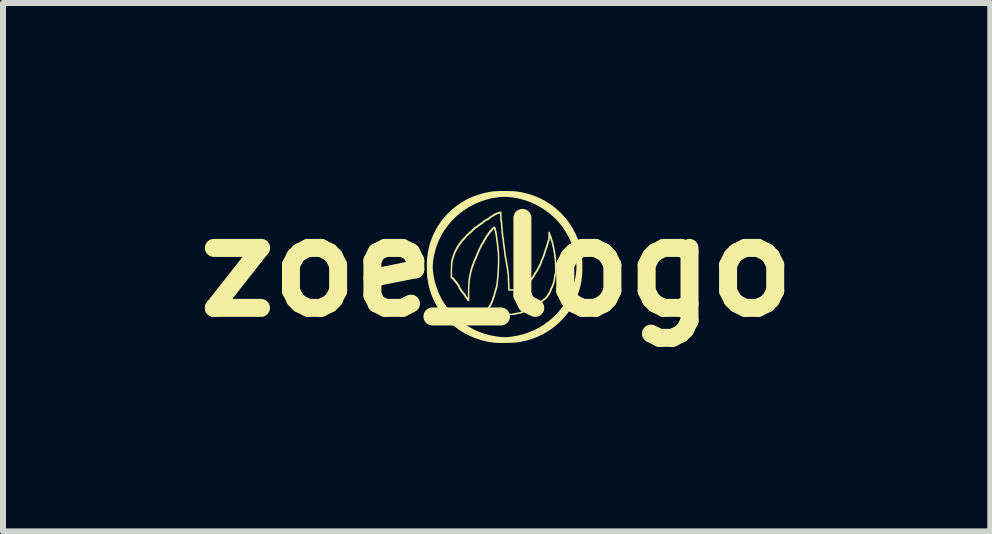
<source format=kicad_pcb>
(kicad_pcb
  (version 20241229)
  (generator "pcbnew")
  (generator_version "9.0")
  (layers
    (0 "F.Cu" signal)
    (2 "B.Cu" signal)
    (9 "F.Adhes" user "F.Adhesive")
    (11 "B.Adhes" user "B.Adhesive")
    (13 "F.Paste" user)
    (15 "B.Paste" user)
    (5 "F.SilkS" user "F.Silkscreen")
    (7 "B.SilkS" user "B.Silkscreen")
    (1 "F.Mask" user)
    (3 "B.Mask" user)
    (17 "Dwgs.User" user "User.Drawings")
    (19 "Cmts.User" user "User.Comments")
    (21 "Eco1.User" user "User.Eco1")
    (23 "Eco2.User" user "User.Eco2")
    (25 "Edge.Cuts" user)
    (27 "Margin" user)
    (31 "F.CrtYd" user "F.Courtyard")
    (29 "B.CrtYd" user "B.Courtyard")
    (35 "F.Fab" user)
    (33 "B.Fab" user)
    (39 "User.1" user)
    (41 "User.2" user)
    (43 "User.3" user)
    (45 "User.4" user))
  (footprint "zoe_logo"
    (layer "F.Cu")
    (at 5.229 1.404)
    (property "Reference" "zoe_logo" (at 0 0 0) (layer "F.SilkS") (effects (font (size 1.5 1.5) (thickness 0.3))))
    (attr board_only exclude_from_pos_files exclude_from_bom)
    (fp_poly (pts (xy 0.181 -1.27) (xy 0.221 -1.269) (xy 0.258 -1.268) (xy 0.291 -1.267) (xy 0.318 -1.264) (xy 0.333 -1.263) (xy 0.436 -1.245) (xy 0.535 -1.22) (xy 0.63 -1.189) (xy 0.722 -1.15) (xy 0.809 -1.104) (xy 0.893 -1.052) (xy 0.972 -0.992) (xy 1.048 -0.926) (xy 1.086 -0.888) (xy 1.152 -0.814) (xy 1.212 -0.736) (xy 1.264 -0.654) (xy 1.309 -0.569) (xy 1.348 -0.48) (xy 1.379 -0.387) (xy 1.402 -0.292) (xy 1.419 -0.194) (xy 1.424 -0.146) (xy 1.425 -0.124) (xy 1.427 -0.095) (xy 1.427 -0.063) (xy 1.428 -0.027) (xy 1.428 0.01) (xy 1.428 0.046) (xy 1.427 0.08) (xy 1.426 0.11) (xy 1.424 0.133) (xy 1.424 0.138) (xy 1.411 0.238) (xy 1.391 0.335) (xy 1.363 0.429) (xy 1.328 0.519) (xy 1.286 0.606) (xy 1.237 0.69) (xy 1.181 0.77) (xy 1.118 0.845) (xy 1.086 0.88) (xy 1.013 0.95) (xy 0.935 1.013) (xy 0.854 1.069) (xy 0.768 1.119) (xy 0.679 1.161) (xy 0.585 1.197) (xy 0.489 1.225) (xy 0.388 1.246) (xy 0.336 1.254) (xy 0.321 1.256) (xy 0.3 1.257) (xy 0.274 1.259) (xy 0.243 1.26) (xy 0.209 1.261) (xy 0.174 1.262) (xy 0.139 1.262) (xy 0.105 1.263) (xy 0.073 1.263) (xy 0.044 1.263) (xy 0.021 1.262) (xy 0.004 1.262) (xy 0 1.261) (xy -0.039 1.258) (xy -0.079 1.253) (xy -0.119 1.247) (xy -0.155 1.241) (xy -0.17 1.238) (xy -0.266 1.214) (xy -0.359 1.183) (xy -0.45 1.145) (xy -0.537 1.101) (xy -0.62 1.049) (xy -0.699 0.992) (xy -0.773 0.928) (xy -0.842 0.859) (xy -0.905 0.784) (xy -0.963 0.705) (xy -0.999 0.647) (xy -1.045 0.561) (xy -1.083 0.473) (xy -1.114 0.381) (xy -1.138 0.285) (xy -1.155 0.187) (xy -1.16 0.138) (xy -1.161 0.116) (xy -1.163 0.087) (xy -1.163 0.055) (xy -1.164 0.019) (xy -1.164 0.004) (xy -1.066 0.004) (xy -1.064 0.045) (xy -1.051 0.145) (xy -1.031 0.241) (xy -1.003 0.335) (xy -0.969 0.425) (xy -0.927 0.512) (xy -0.879 0.595) (xy -0.824 0.674) (xy -0.763 0.749) (xy -0.695 0.819) (xy -0.622 0.884) (xy -0.542 0.944) (xy -0.473 0.988) (xy -0.39 1.034) (xy -0.303 1.074) (xy -0.213 1.106) (xy -0.12 1.132) (xy -0.022 1.151) (xy 0.081 1.164) (xy 0.092 1.165) (xy 0.11 1.166) (xy 0.134 1.166) (xy 0.163 1.165) (xy 0.193 1.163) (xy 0.224 1.16) (xy 0.243 1.158) (xy 0.34 1.142) (xy 0.436 1.119) (xy 0.528 1.089) (xy 0.618 1.052) (xy 0.704 1.008) (xy 0.786 0.957) (xy 0.864 0.901) (xy 0.938 0.839) (xy 1.006 0.771) (xy 1.069 0.697) (xy 1.127 0.619) (xy 1.178 0.536) (xy 1.206 0.483) (xy 1.234 0.424) (xy 1.258 0.362) (xy 1.279 0.298) (xy 1.297 0.233) (xy 1.312 0.168) (xy 1.322 0.105) (xy 1.328 0.044) (xy 1.33 -0.012) (xy 1.328 -0.053) (xy 1.315 -0.153) (xy 1.295 -0.249) (xy 1.267 -0.343) (xy 1.233 -0.433) (xy 1.191 -0.52) (xy 1.143 -0.603) (xy 1.088 -0.682) (xy 1.027 -0.757) (xy 0.959 -0.827) (xy 0.886 -0.892) (xy 0.806 -0.952) (xy 0.737 -0.996) (xy 0.664 -1.037) (xy 0.587 -1.073) (xy 0.507 -1.104) (xy 0.426 -1.129) (xy 0.345 -1.149) (xy 0.264 -1.163) (xy 0.184 -1.171) (xy 0.107 -1.173) (xy 0.033 -1.168) (xy 0.023 -1.166) (xy -0.077 -1.15) (xy -0.174 -1.126) (xy -0.268 -1.095) (xy -0.358 -1.057) (xy -0.444 -1.013) (xy -0.527 -0.962) (xy -0.605 -0.905) (xy -0.678 -0.843) (xy -0.747 -0.774) (xy -0.809 -0.701) (xy -0.867 -0.622) (xy -0.918 -0.538) (xy -0.942 -0.491) (xy -0.97 -0.432) (xy -0.994 -0.37) (xy -1.015 -0.306) (xy -1.033 -0.241) (xy -1.048 -0.176) (xy -1.058 -0.113) (xy -1.064 -0.052) (xy -1.066 0.004) (xy -1.164 0.004) (xy -1.164 -0.018) (xy -1.164 -0.054) (xy -1.163 -0.088) (xy -1.162 -0.118) (xy -1.16 -0.141) (xy -1.16 -0.146) (xy -1.147 -0.246) (xy -1.127 -0.343) (xy -1.099 -0.437) (xy -1.064 -0.527) (xy -1.022 -0.614) (xy -0.973 -0.698) (xy -0.917 -0.778) (xy -0.854 -0.853) (xy -0.822 -0.888) (xy -0.749 -0.958) (xy -0.671 -1.021) (xy -0.59 -1.077) (xy -0.504 -1.127) (xy -0.415 -1.169) (xy -0.322 -1.204) (xy -0.225 -1.233) (xy -0.124 -1.254) (xy -0.069 -1.263) (xy -0.046 -1.265) (xy -0.017 -1.267) (xy 0.017 -1.269) (xy 0.056 -1.27) (xy 0.097 -1.27) (xy 0.139 -1.27)) (stroke (width 0) (type solid)) (fill yes) (layer "F.SilkS"))
    (fp_poly (pts (xy 0.081 -0.863) (xy 0.082 -0.84) (xy 0.083 -0.819) (xy 0.085 -0.802) (xy 0.087 -0.79) (xy 0.088 -0.786) (xy 0.089 -0.778) (xy 0.091 -0.763) (xy 0.093 -0.745) (xy 0.095 -0.723) (xy 0.096 -0.712) (xy 0.099 -0.667) (xy 0.102 -0.625) (xy 0.106 -0.587) (xy 0.109 -0.554) (xy 0.112 -0.526) (xy 0.115 -0.505) (xy 0.118 -0.494) (xy 0.121 -0.476) (xy 0.124 -0.458) (xy 0.124 -0.448) (xy 0.125 -0.436) (xy 0.127 -0.419) (xy 0.129 -0.397) (xy 0.133 -0.374) (xy 0.134 -0.362) (xy 0.138 -0.336) (xy 0.142 -0.307) (xy 0.145 -0.28) (xy 0.148 -0.257) (xy 0.148 -0.252) (xy 0.15 -0.228) (xy 0.154 -0.203) (xy 0.158 -0.179) (xy 0.16 -0.168) (xy 0.164 -0.148) (xy 0.168 -0.128) (xy 0.171 -0.111) (xy 0.172 -0.106) (xy 0.175 -0.091) (xy 0.178 -0.071) (xy 0.182 -0.051) (xy 0.183 -0.044) (xy 0.187 -0.022) (xy 0.191 0.002) (xy 0.194 0.023) (xy 0.194 0.028) (xy 0.196 0.045) (xy 0.198 0.061) (xy 0.2 0.072) (xy 0.2 0.074) (xy 0.202 0.082) (xy 0.203 0.097) (xy 0.205 0.12) (xy 0.207 0.15) (xy 0.209 0.187) (xy 0.211 0.233) (xy 0.213 0.286) (xy 0.215 0.321) (xy 0.216 0.368) (xy 0.272 0.368) (xy 0.295 0.368) (xy 0.312 0.367) (xy 0.326 0.366) (xy 0.338 0.363) (xy 0.35 0.36) (xy 0.356 0.358) (xy 0.387 0.346) (xy 0.412 0.332) (xy 0.431 0.318) (xy 0.432 0.318) (xy 0.442 0.31) (xy 0.454 0.3) (xy 0.458 0.297) (xy 0.466 0.291) (xy 0.479 0.28) (xy 0.494 0.265) (xy 0.511 0.248) (xy 0.527 0.232) (xy 0.557 0.199) (xy 0.582 0.169) (xy 0.603 0.141) (xy 0.619 0.113) (xy 0.624 0.103) (xy 0.632 0.09) (xy 0.642 0.075) (xy 0.648 0.066) (xy 0.658 0.052) (xy 0.666 0.038) (xy 0.67 0.03) (xy 0.676 0.018) (xy 0.684 0.003) (xy 0.69 -0.009) (xy 0.697 -0.021) (xy 0.705 -0.037) (xy 0.713 -0.054) (xy 0.721 -0.072) (xy 0.727 -0.088) (xy 0.731 -0.099) (xy 0.732 -0.105) (xy 0.734 -0.111) (xy 0.738 -0.122) (xy 0.744 -0.134) (xy 0.751 -0.148) (xy 0.759 -0.166) (xy 0.767 -0.188) (xy 0.776 -0.215) (xy 0.787 -0.248) (xy 0.79 -0.256) (xy 0.796 -0.275) (xy 0.802 -0.294) (xy 0.808 -0.31) (xy 0.817 -0.337) (xy 0.825 -0.362) (xy 0.833 -0.389) (xy 0.84 -0.412) (xy 0.845 -0.429) (xy 0.85 -0.445) (xy 0.854 -0.456) (xy 0.856 -0.46) (xy 0.858 -0.468) (xy 0.86 -0.482) (xy 0.861 -0.503) (xy 0.862 -0.531) (xy 0.862 -0.592) (xy 0.875 -0.592) (xy 0.884 -0.591) (xy 0.887 -0.587) (xy 0.888 -0.58) (xy 0.89 -0.569) (xy 0.894 -0.555) (xy 0.896 -0.551) (xy 0.905 -0.533) (xy 0.913 -0.51) (xy 0.919 -0.488) (xy 0.922 -0.476) (xy 0.926 -0.463) (xy 0.932 -0.449) (xy 0.933 -0.447) (xy 0.938 -0.434) (xy 0.942 -0.418) (xy 0.944 -0.409) (xy 0.947 -0.391) (xy 0.952 -0.372) (xy 0.954 -0.364) (xy 0.958 -0.348) (xy 0.962 -0.328) (xy 0.964 -0.314) (xy 0.966 -0.298) (xy 0.969 -0.284) (xy 0.972 -0.275) (xy 0.975 -0.263) (xy 0.976 -0.249) (xy 0.976 -0.247) (xy 0.977 -0.231) (xy 0.98 -0.215) (xy 0.98 -0.214) (xy 0.984 -0.198) (xy 0.987 -0.178) (xy 0.989 -0.153) (xy 0.991 -0.123) (xy 0.993 -0.086) (xy 0.994 -0.043) (xy 0.995 -0.007) (xy 0.995 0.028) (xy 0.995 0.055) (xy 0.995 0.076) (xy 0.995 0.093) (xy 0.995 0.106) (xy 0.994 0.115) (xy 0.992 0.123) (xy 0.99 0.13) (xy 0.988 0.137) (xy 0.983 0.156) (xy 0.979 0.176) (xy 0.978 0.188) (xy 0.974 0.215) (xy 0.969 0.243) (xy 0.963 0.267) (xy 0.956 0.287) (xy 0.954 0.292) (xy 0.948 0.306) (xy 0.944 0.319) (xy 0.943 0.323) (xy 0.938 0.336) (xy 0.932 0.348) (xy 0.927 0.357) (xy 0.924 0.364) (xy 0.924 0.364) (xy 0.922 0.372) (xy 0.917 0.384) (xy 0.91 0.401) (xy 0.901 0.419) (xy 0.892 0.437) (xy 0.882 0.454) (xy 0.875 0.466) (xy 0.858 0.49) (xy 0.845 0.509) (xy 0.833 0.522) (xy 0.823 0.532) (xy 0.815 0.539) (xy 0.802 0.548) (xy 0.789 0.558) (xy 0.785 0.562) (xy 0.772 0.572) (xy 0.757 0.582) (xy 0.75 0.586) (xy 0.737 0.593) (xy 0.724 0.601) (xy 0.709 0.611) (xy 0.691 0.624) (xy 0.688 0.626) (xy 0.676 0.634) (xy 0.663 0.642) (xy 0.661 0.643) (xy 0.642 0.654) (xy 0.625 0.664) (xy 0.611 0.674) (xy 0.602 0.68) (xy 0.6 0.682) (xy 0.593 0.688) (xy 0.583 0.695) (xy 0.582 0.695) (xy 0.572 0.701) (xy 0.565 0.708) (xy 0.565 0.708) (xy 0.558 0.714) (xy 0.547 0.718) (xy 0.547 0.718) (xy 0.538 0.721) (xy 0.523 0.726) (xy 0.507 0.733) (xy 0.499 0.736) (xy 0.484 0.743) (xy 0.47 0.749) (xy 0.46 0.752) (xy 0.457 0.752) (xy 0.449 0.754) (xy 0.438 0.759) (xy 0.43 0.763) (xy 0.414 0.769) (xy 0.396 0.775) (xy 0.386 0.776) (xy 0.358 0.781) (xy 0.328 0.787) (xy 0.304 0.792) (xy 0.293 0.794) (xy 0.277 0.796) (xy 0.254 0.798) (xy 0.228 0.8) (xy 0.198 0.802) (xy 0.167 0.803) (xy 0.134 0.804) (xy 0.101 0.806) (xy 0.069 0.806) (xy 0.04 0.807) (xy 0.013 0.807) (xy -0.009 0.807) (xy -0.026 0.806) (xy -0.037 0.805) (xy -0.04 0.804) (xy -0.047 0.803) (xy -0.059 0.801) (xy -0.074 0.799) (xy -0.077 0.799) (xy -0.095 0.797) (xy -0.112 0.794) (xy -0.125 0.791) (xy -0.125 0.791) (xy -0.141 0.786) (xy -0.157 0.78) (xy -0.159 0.78) (xy -0.169 0.776) (xy -0.174 0.772) (xy -0.176 0.765) (xy -0.176 0.756) (xy -0.174 0.74) (xy -0.168 0.721) (xy -0.16 0.699) (xy -0.15 0.678) (xy -0.139 0.66) (xy -0.139 0.658) (xy -0.132 0.648) (xy -0.128 0.64) (xy -0.128 0.637) (xy -0.126 0.632) (xy -0.124 0.632) (xy -0.12 0.629) (xy -0.115 0.62) (xy -0.108 0.607) (xy -0.108 0.605) (xy -0.1 0.588) (xy -0.092 0.57) (xy -0.086 0.557) (xy -0.08 0.543) (xy -0.077 0.531) (xy -0.076 0.526) (xy -0.074 0.517) (xy -0.069 0.504) (xy -0.064 0.493) (xy -0.058 0.479) (xy -0.053 0.466) (xy -0.052 0.458) (xy -0.051 0.449) (xy -0.047 0.434) (xy -0.042 0.416) (xy -0.038 0.401) (xy -0.028 0.371) (xy -0.02 0.344) (xy -0.014 0.319) (xy -0.009 0.294) (xy -0.004 0.267) (xy -0.001 0.236) (xy 0.002 0.206) (xy 0.008 0.141) (xy 0.013 0.078) (xy 0.016 0.016) (xy 0.019 -0.043) (xy 0.02 -0.099) (xy 0.02 -0.15) (xy 0.019 -0.196) (xy 0.017 -0.235) (xy 0.014 -0.258) (xy 0.011 -0.283) (xy 0.008 -0.31) (xy 0.006 -0.335) (xy 0.004 -0.352) (xy 0.002 -0.371) (xy 0.000297 -0.387) (xy -0.001 -0.399) (xy -0.002 -0.404) (xy -0.004 -0.412) (xy -0.006 -0.426) (xy -0.008 -0.443) (xy -0.01 -0.463) (xy -0.01 -0.464) (xy -0.013 -0.485) (xy -0.015 -0.506) (xy -0.018 -0.523) (xy -0.02 -0.534) (xy -0.023 -0.549) (xy -0.026 -0.568) (xy -0.028 -0.58) (xy -0.031 -0.594) (xy -0.034 -0.605) (xy -0.036 -0.61) (xy -0.039 -0.616) (xy -0.04 -0.625) (xy -0.041 -0.633) (xy -0.043 -0.638) (xy -0.048 -0.636) (xy -0.056 -0.63) (xy -0.064 -0.62) (xy -0.073 -0.608) (xy -0.073 -0.607) (xy -0.08 -0.599) (xy -0.087 -0.594) (xy -0.094 -0.589) (xy -0.1 -0.58) (xy -0.106 -0.569) (xy -0.115 -0.559) (xy -0.123 -0.55) (xy -0.131 -0.537) (xy -0.134 -0.531) (xy -0.141 -0.52) (xy -0.148 -0.511) (xy -0.151 -0.508) (xy -0.157 -0.502) (xy -0.162 -0.492) (xy -0.163 -0.489) (xy -0.169 -0.477) (xy -0.177 -0.463) (xy -0.181 -0.458) (xy -0.19 -0.447) (xy -0.196 -0.436) (xy -0.198 -0.432) (xy -0.202 -0.422) (xy -0.21 -0.408) (xy -0.219 -0.393) (xy -0.227 -0.38) (xy -0.232 -0.374) (xy -0.238 -0.365) (xy -0.243 -0.353) (xy -0.244 -0.352) (xy -0.249 -0.34) (xy -0.256 -0.326) (xy -0.26 -0.318) (xy -0.268 -0.304) (xy -0.277 -0.286) (xy -0.284 -0.27) (xy -0.291 -0.253) (xy -0.3 -0.232) (xy -0.308 -0.212) (xy -0.31 -0.208) (xy -0.317 -0.191) (xy -0.323 -0.176) (xy -0.328 -0.164) (xy -0.329 -0.161) (xy -0.332 -0.151) (xy -0.339 -0.137) (xy -0.347 -0.122) (xy -0.349 -0.117) (xy -0.358 -0.099) (xy -0.366 -0.081) (xy -0.372 -0.064) (xy -0.372 -0.062) (xy -0.378 -0.045) (xy -0.384 -0.027) (xy -0.387 -0.018) (xy -0.407 0.039) (xy -0.423 0.1) (xy -0.428 0.128) (xy -0.431 0.144) (xy -0.434 0.159) (xy -0.436 0.168) (xy -0.439 0.181) (xy -0.442 0.202) (xy -0.446 0.228) (xy -0.449 0.26) (xy -0.452 0.288) (xy -0.453 0.302) (xy -0.454 0.323) (xy -0.454 0.348) (xy -0.455 0.378) (xy -0.455 0.409) (xy -0.456 0.442) (xy -0.456 0.445) (xy -0.456 0.564) (xy -0.47 0.564) (xy -0.481 0.562) (xy -0.487 0.557) (xy -0.49 0.553) (xy -0.496 0.543) (xy -0.506 0.532) (xy -0.508 0.53) (xy -0.515 0.522) (xy -0.52 0.515) (xy -0.52 0.514) (xy -0.523 0.508) (xy -0.526 0.507) (xy -0.53 0.502) (xy -0.534 0.493) (xy -0.537 0.485) (xy -0.545 0.473) (xy -0.555 0.459) (xy -0.558 0.456) (xy -0.574 0.437) (xy -0.585 0.423) (xy -0.593 0.413) (xy -0.597 0.407) (xy -0.6 0.403) (xy -0.6 0.4) (xy -0.603 0.396) (xy -0.604 0.396) (xy -0.608 0.393) (xy -0.613 0.384) (xy -0.615 0.381) (xy -0.62 0.371) (xy -0.625 0.364) (xy -0.627 0.363) (xy -0.631 0.357) (xy -0.634 0.347) (xy -0.634 0.346) (xy -0.637 0.337) (xy -0.64 0.332) (xy -0.64 0.332) (xy -0.643 0.329) (xy -0.645 0.323) (xy -0.65 0.314) (xy -0.657 0.304) (xy -0.658 0.303) (xy -0.665 0.295) (xy -0.668 0.289) (xy -0.668 0.288) (xy -0.671 0.284) (xy -0.672 0.284) (xy -0.676 0.281) (xy -0.678 0.277) (xy -0.682 0.27) (xy -0.689 0.26) (xy -0.696 0.253) (xy -0.705 0.244) (xy -0.71 0.236) (xy -0.712 0.234) (xy -0.715 0.229) (xy -0.721 0.222) (xy -0.721 0.222) (xy -0.729 0.213) (xy -0.734 0.206) (xy -0.741 0.198) (xy -0.747 0.194) (xy -0.754 0.19) (xy -0.756 0.187) (xy -0.759 0.184) (xy -0.762 0.184) (xy -0.764 0.183) (xy -0.765 0.18) (xy -0.766 0.175) (xy -0.767 0.165) (xy -0.767 0.152) (xy -0.767 0.132) (xy -0.767 0.114) (xy -0.743 0.114) (xy -0.743 0.132) (xy -0.743 0.145) (xy -0.742 0.153) (xy -0.741 0.158) (xy -0.739 0.16) (xy -0.738 0.16) (xy -0.733 0.162) (xy -0.732 0.164) (xy -0.729 0.168) (xy -0.726 0.168) (xy -0.721 0.17) (xy -0.72 0.171) (xy -0.717 0.176) (xy -0.711 0.184) (xy -0.704 0.191) (xy -0.695 0.2) (xy -0.69 0.208) (xy -0.688 0.21) (xy -0.685 0.215) (xy -0.679 0.222) (xy -0.679 0.222) (xy -0.671 0.23) (xy -0.662 0.242) (xy -0.66 0.245) (xy -0.653 0.254) (xy -0.648 0.259) (xy -0.647 0.26) (xy -0.644 0.263) (xy -0.644 0.266) (xy -0.642 0.271) (xy -0.641 0.272) (xy -0.637 0.275) (xy -0.632 0.283) (xy -0.628 0.29) (xy -0.622 0.3) (xy -0.617 0.307) (xy -0.616 0.308) (xy -0.613 0.312) (xy -0.611 0.32) (xy -0.61 0.324) (xy -0.608 0.334) (xy -0.605 0.34) (xy -0.604 0.34) (xy -0.6 0.343) (xy -0.595 0.352) (xy -0.593 0.355) (xy -0.588 0.365) (xy -0.582 0.372) (xy -0.581 0.373) (xy -0.576 0.379) (xy -0.576 0.382) (xy -0.573 0.389) (xy -0.571 0.391) (xy -0.565 0.396) (xy -0.558 0.405) (xy -0.555 0.411) (xy -0.546 0.422) (xy -0.537 0.432) (xy -0.534 0.435) (xy -0.527 0.442) (xy -0.524 0.447) (xy -0.524 0.447) (xy -0.521 0.453) (xy -0.518 0.456) (xy -0.513 0.463) (xy -0.51 0.472) (xy -0.506 0.481) (xy -0.502 0.486) (xy -0.497 0.491) (xy -0.496 0.493) (xy -0.493 0.5) (xy -0.488 0.506) (xy -0.486 0.508) (xy -0.484 0.509) (xy -0.482 0.507) (xy -0.481 0.502) (xy -0.481 0.493) (xy -0.48 0.48) (xy -0.48 0.461) (xy -0.48 0.435) (xy -0.48 0.41) (xy -0.479 0.379) (xy -0.479 0.349) (xy -0.478 0.321) (xy -0.477 0.296) (xy -0.476 0.277) (xy -0.476 0.268) (xy -0.472 0.233) (xy -0.469 0.203) (xy -0.466 0.177) (xy -0.463 0.158) (xy -0.46 0.148) (xy -0.458 0.136) (xy -0.455 0.121) (xy -0.452 0.108) (xy -0.439 0.045) (xy -0.421 -0.014) (xy -0.411 -0.038) (xy -0.406 -0.054) (xy -0.399 -0.072) (xy -0.396 -0.082) (xy -0.391 -0.098) (xy -0.383 -0.117) (xy -0.374 -0.135) (xy -0.373 -0.137) (xy -0.365 -0.153) (xy -0.358 -0.168) (xy -0.353 -0.179) (xy -0.353 -0.181) (xy -0.349 -0.191) (xy -0.344 -0.205) (xy -0.337 -0.221) (xy -0.334 -0.228) (xy -0.326 -0.248) (xy -0.317 -0.269) (xy -0.309 -0.287) (xy -0.308 -0.29) (xy -0.3 -0.308) (xy -0.292 -0.325) (xy -0.284 -0.338) (xy -0.277 -0.352) (xy -0.27 -0.365) (xy -0.268 -0.372) (xy -0.263 -0.384) (xy -0.256 -0.393) (xy -0.256 -0.394) (xy -0.248 -0.404) (xy -0.239 -0.418) (xy -0.231 -0.433) (xy -0.224 -0.446) (xy -0.222 -0.452) (xy -0.217 -0.461) (xy -0.21 -0.472) (xy -0.206 -0.478) (xy -0.197 -0.49) (xy -0.19 -0.503) (xy -0.188 -0.508) (xy -0.182 -0.52) (xy -0.175 -0.529) (xy -0.174 -0.53) (xy -0.166 -0.539) (xy -0.159 -0.551) (xy -0.157 -0.554) (xy -0.15 -0.566) (xy -0.142 -0.576) (xy -0.14 -0.578) (xy -0.132 -0.587) (xy -0.125 -0.599) (xy -0.124 -0.601) (xy -0.117 -0.611) (xy -0.11 -0.617) (xy -0.108 -0.618) (xy -0.1 -0.623) (xy -0.094 -0.632) (xy -0.088 -0.641) (xy -0.078 -0.651) (xy -0.062 -0.665) (xy -0.053 -0.672) (xy -0.042 -0.677) (xy -0.032 -0.674) (xy -0.023 -0.667) (xy -0.017 -0.655) (xy -0.016 -0.645) (xy -0.015 -0.636) (xy -0.013 -0.632) (xy -0.012 -0.632) (xy -0.01 -0.628) (xy -0.008 -0.619) (xy -0.005 -0.605) (xy -0.005 -0.603) (xy -0.002 -0.585) (xy 0.001 -0.567) (xy 0.004 -0.554) (xy 0.006 -0.542) (xy 0.009 -0.525) (xy 0.012 -0.504) (xy 0.014 -0.484) (xy 0.016 -0.464) (xy 0.018 -0.446) (xy 0.02 -0.432) (xy 0.022 -0.424) (xy 0.022 -0.424) (xy 0.023 -0.416) (xy 0.025 -0.402) (xy 0.027 -0.385) (xy 0.028 -0.372) (xy 0.03 -0.35) (xy 0.033 -0.325) (xy 0.036 -0.298) (xy 0.038 -0.278) (xy 0.041 -0.247) (xy 0.043 -0.209) (xy 0.044 -0.167) (xy 0.045 -0.12) (xy 0.044 -0.07) (xy 0.043 -0.018) (xy 0.04 0.035) (xy 0.037 0.087) (xy 0.034 0.139) (xy 0.03 0.189) (xy 0.025 0.235) (xy 0.02 0.278) (xy 0.015 0.315) (xy 0.009 0.346) (xy 0.005 0.364) (xy 0.002 0.374) (xy -0.003 0.388) (xy -0.009 0.406) (xy -0.014 0.421) (xy -0.019 0.44) (xy -0.024 0.457) (xy -0.027 0.471) (xy -0.028 0.478) (xy -0.03 0.488) (xy -0.035 0.502) (xy -0.04 0.513) (xy -0.046 0.527) (xy -0.051 0.539) (xy -0.052 0.545) (xy -0.054 0.555) (xy -0.059 0.569) (xy -0.066 0.588) (xy -0.076 0.608) (xy -0.086 0.629) (xy -0.096 0.648) (xy -0.106 0.665) (xy -0.108 0.668) (xy -0.117 0.682) (xy -0.126 0.7) (xy -0.135 0.718) (xy -0.143 0.735) (xy -0.146 0.743) (xy -0.147 0.748) (xy -0.146 0.751) (xy -0.142 0.754) (xy -0.134 0.757) (xy -0.12 0.762) (xy -0.108 0.766) (xy -0.093 0.77) (xy -0.074 0.773) (xy -0.056 0.775) (xy -0.041 0.776) (xy -0.028 0.778) (xy -0.021 0.78) (xy -0.02 0.78) (xy -0.014 0.782) (xy -0.001 0.782) (xy 0.018 0.783) (xy 0.041 0.783) (xy 0.068 0.782) (xy 0.097 0.781) (xy 0.128 0.78) (xy 0.159 0.779) (xy 0.189 0.778) (xy 0.206 0.776) (xy 0.229 0.775) (xy 0.25 0.773) (xy 0.268 0.771) (xy 0.28 0.769) (xy 0.284 0.768) (xy 0.31 0.762) (xy 0.339 0.757) (xy 0.366 0.752) (xy 0.383 0.749) (xy 0.401 0.742) (xy 0.41 0.739) (xy 0.422 0.733) (xy 0.433 0.729) (xy 0.437 0.728) (xy 0.444 0.726) (xy 0.456 0.722) (xy 0.471 0.716) (xy 0.479 0.712) (xy 0.496 0.705) (xy 0.512 0.699) (xy 0.524 0.695) (xy 0.527 0.694) (xy 0.537 0.691) (xy 0.543 0.686) (xy 0.543 0.685) (xy 0.548 0.68) (xy 0.557 0.674) (xy 0.56 0.672) (xy 0.571 0.666) (xy 0.579 0.66) (xy 0.58 0.658) (xy 0.586 0.653) (xy 0.599 0.644) (xy 0.615 0.634) (xy 0.634 0.623) (xy 0.641 0.619) (xy 0.653 0.612) (xy 0.666 0.603) (xy 0.668 0.602) (xy 0.687 0.588) (xy 0.702 0.578) (xy 0.715 0.57) (xy 0.728 0.562) (xy 0.73 0.562) (xy 0.745 0.552) (xy 0.761 0.541) (xy 0.768 0.535) (xy 0.78 0.525) (xy 0.79 0.517) (xy 0.796 0.514) (xy 0.806 0.506) (xy 0.818 0.492) (xy 0.832 0.474) (xy 0.846 0.453) (xy 0.861 0.43) (xy 0.874 0.406) (xy 0.885 0.383) (xy 0.891 0.368) (xy 0.897 0.355) (xy 0.9 0.346) (xy 0.9 0.344) (xy 0.902 0.338) (xy 0.907 0.329) (xy 0.908 0.328) (xy 0.915 0.316) (xy 0.919 0.303) (xy 0.922 0.291) (xy 0.928 0.277) (xy 0.93 0.272) (xy 0.937 0.254) (xy 0.943 0.231) (xy 0.949 0.204) (xy 0.953 0.176) (xy 0.954 0.168) (xy 0.956 0.149) (xy 0.961 0.128) (xy 0.964 0.117) (xy 0.967 0.109) (xy 0.969 0.101) (xy 0.97 0.093) (xy 0.971 0.082) (xy 0.971 0.068) (xy 0.971 0.049) (xy 0.971 0.025) (xy 0.971 -0.005) (xy 0.971 -0.007) (xy 0.969 -0.056) (xy 0.967 -0.098) (xy 0.965 -0.132) (xy 0.962 -0.16) (xy 0.959 -0.182) (xy 0.956 -0.194) (xy 0.954 -0.209) (xy 0.952 -0.225) (xy 0.952 -0.227) (xy 0.951 -0.241) (xy 0.948 -0.253) (xy 0.948 -0.255) (xy 0.945 -0.265) (xy 0.942 -0.279) (xy 0.94 -0.294) (xy 0.937 -0.312) (xy 0.933 -0.332) (xy 0.93 -0.344) (xy 0.925 -0.362) (xy 0.921 -0.381) (xy 0.92 -0.389) (xy 0.916 -0.405) (xy 0.911 -0.42) (xy 0.908 -0.427) (xy 0.902 -0.441) (xy 0.898 -0.456) (xy 0.898 -0.458) (xy 0.895 -0.471) (xy 0.89 -0.483) (xy 0.89 -0.484) (xy 0.887 -0.489) (xy 0.885 -0.489) (xy 0.884 -0.483) (xy 0.884 -0.471) (xy 0.883 -0.456) (xy 0.881 -0.444) (xy 0.879 -0.439) (xy 0.876 -0.431) (xy 0.872 -0.418) (xy 0.866 -0.402) (xy 0.864 -0.392) (xy 0.855 -0.362) (xy 0.847 -0.335) (xy 0.838 -0.31) (xy 0.832 -0.29) (xy 0.826 -0.274) (xy 0.819 -0.254) (xy 0.814 -0.236) (xy 0.802 -0.201) (xy 0.792 -0.173) (xy 0.784 -0.15) (xy 0.777 -0.132) (xy 0.77 -0.117) (xy 0.768 -0.114) (xy 0.762 -0.101) (xy 0.758 -0.091) (xy 0.756 -0.085) (xy 0.754 -0.078) (xy 0.75 -0.065) (xy 0.743 -0.049) (xy 0.736 -0.032) (xy 0.728 -0.014) (xy 0.72 0.001) (xy 0.714 0.011) (xy 0.706 0.026) (xy 0.698 0.041) (xy 0.694 0.05) (xy 0.688 0.062) (xy 0.679 0.076) (xy 0.672 0.086) (xy 0.662 0.1) (xy 0.653 0.115) (xy 0.648 0.123) (xy 0.633 0.15) (xy 0.615 0.177) (xy 0.593 0.205) (xy 0.566 0.236) (xy 0.549 0.254) (xy 0.531 0.272) (xy 0.514 0.289) (xy 0.498 0.304) (xy 0.486 0.315) (xy 0.478 0.321) (xy 0.466 0.33) (xy 0.455 0.339) (xy 0.452 0.342) (xy 0.433 0.356) (xy 0.408 0.369) (xy 0.378 0.381) (xy 0.376 0.382) (xy 0.365 0.385) (xy 0.356 0.388) (xy 0.346 0.39) (xy 0.333 0.391) (xy 0.318 0.392) (xy 0.298 0.392) (xy 0.271 0.392) (xy 0.27 0.392) (xy 0.192 0.392) (xy 0.191 0.343) (xy 0.188 0.29) (xy 0.186 0.242) (xy 0.184 0.2) (xy 0.183 0.165) (xy 0.181 0.136) (xy 0.179 0.114) (xy 0.178 0.1) (xy 0.176 0.094) (xy 0.174 0.084) (xy 0.172 0.07) (xy 0.17 0.052) (xy 0.17 0.048) (xy 0.168 0.028) (xy 0.164 0.004) (xy 0.16 -0.019) (xy 0.159 -0.024) (xy 0.156 -0.044) (xy 0.152 -0.064) (xy 0.149 -0.081) (xy 0.148 -0.086) (xy 0.146 -0.101) (xy 0.142 -0.121) (xy 0.138 -0.141) (xy 0.136 -0.148) (xy 0.132 -0.169) (xy 0.128 -0.194) (xy 0.125 -0.219) (xy 0.124 -0.232) (xy 0.122 -0.253) (xy 0.119 -0.279) (xy 0.115 -0.307) (xy 0.111 -0.335) (xy 0.11 -0.342) (xy 0.107 -0.366) (xy 0.104 -0.388) (xy 0.101 -0.408) (xy 0.1 -0.423) (xy 0.1 -0.428) (xy 0.099 -0.445) (xy 0.096 -0.464) (xy 0.094 -0.474) (xy 0.091 -0.489) (xy 0.088 -0.511) (xy 0.084 -0.539) (xy 0.081 -0.573) (xy 0.078 -0.612) (xy 0.074 -0.655) (xy 0.072 -0.692) (xy 0.07 -0.714) (xy 0.068 -0.735) (xy 0.066 -0.752) (xy 0.064 -0.763) (xy 0.064 -0.766) (xy 0.062 -0.774) (xy 0.06 -0.789) (xy 0.059 -0.808) (xy 0.057 -0.829) (xy 0.057 -0.837) (xy 0.056 -0.858) (xy 0.056 -0.875) (xy 0.055 -0.888) (xy 0.054 -0.895) (xy 0.054 -0.896) (xy 0.047 -0.894) (xy 0.035 -0.89) (xy 0.02 -0.885) (xy 0.004 -0.878) (xy -0.011 -0.871) (xy -0.022 -0.866) (xy -0.028 -0.862) (xy -0.038 -0.855) (xy -0.051 -0.847) (xy -0.056 -0.844) (xy -0.07 -0.837) (xy -0.083 -0.829) (xy -0.098 -0.818) (xy -0.117 -0.803) (xy -0.119 -0.801) (xy -0.134 -0.79) (xy -0.151 -0.78) (xy -0.16 -0.776) (xy -0.176 -0.769) (xy -0.192 -0.758) (xy -0.204 -0.749) (xy -0.218 -0.737) (xy -0.232 -0.726) (xy -0.242 -0.718) (xy -0.265 -0.703) (xy -0.282 -0.691) (xy -0.295 -0.681) (xy -0.304 -0.674) (xy -0.31 -0.669) (xy -0.32 -0.66) (xy -0.33 -0.655) (xy -0.332 -0.654) (xy -0.34 -0.65) (xy -0.351 -0.642) (xy -0.358 -0.635) (xy -0.368 -0.626) (xy -0.381 -0.613) (xy -0.397 -0.598) (xy -0.405 -0.59) (xy -0.418 -0.578) (xy -0.431 -0.567) (xy -0.44 -0.56) (xy -0.444 -0.558) (xy -0.451 -0.553) (xy -0.458 -0.544) (xy -0.466 -0.533) (xy -0.476 -0.526) (xy -0.484 -0.521) (xy -0.488 -0.516) (xy -0.488 -0.516) (xy -0.491 -0.512) (xy -0.498 -0.503) (xy -0.509 -0.491) (xy -0.522 -0.476) (xy -0.536 -0.461) (xy -0.551 -0.446) (xy -0.561 -0.436) (xy -0.57 -0.426) (xy -0.578 -0.416) (xy -0.58 -0.412) (xy -0.586 -0.403) (xy -0.594 -0.392) (xy -0.6 -0.384) (xy -0.61 -0.371) (xy -0.619 -0.358) (xy -0.622 -0.352) (xy -0.629 -0.34) (xy -0.638 -0.329) (xy -0.638 -0.328) (xy -0.645 -0.319) (xy -0.652 -0.306) (xy -0.658 -0.294) (xy -0.664 -0.281) (xy -0.669 -0.27) (xy -0.672 -0.264) (xy -0.681 -0.248) (xy -0.69 -0.227) (xy -0.7 -0.201) (xy -0.71 -0.173) (xy -0.719 -0.143) (xy -0.727 -0.115) (xy -0.733 -0.09) (xy -0.737 -0.072) (xy -0.738 -0.059) (xy -0.739 -0.04) (xy -0.74 -0.017) (xy -0.742 0.011) (xy -0.742 0.04) (xy -0.743 0.059) (xy -0.743 0.09) (xy -0.743 0.114) (xy -0.767 0.114) (xy -0.767 0.107) (xy -0.767 0.075) (xy -0.767 0.061) (xy -0.766 0.029) (xy -0.765 -0.002) (xy -0.764 -0.031) (xy -0.763 -0.056) (xy -0.762 -0.076) (xy -0.761 -0.09) (xy -0.761 -0.092) (xy -0.756 -0.114) (xy -0.75 -0.14) (xy -0.741 -0.169) (xy -0.732 -0.198) (xy -0.722 -0.226) (xy -0.712 -0.251) (xy -0.703 -0.272) (xy -0.696 -0.284) (xy -0.693 -0.291) (xy -0.687 -0.302) (xy -0.682 -0.314) (xy -0.675 -0.328) (xy -0.667 -0.341) (xy -0.662 -0.348) (xy -0.654 -0.359) (xy -0.646 -0.371) (xy -0.646 -0.372) (xy -0.639 -0.383) (xy -0.63 -0.397) (xy -0.624 -0.404) (xy -0.615 -0.416) (xy -0.607 -0.427) (xy -0.604 -0.432) (xy -0.599 -0.439) (xy -0.589 -0.451) (xy -0.576 -0.466) (xy -0.559 -0.483) (xy -0.542 -0.502) (xy -0.53 -0.514) (xy -0.521 -0.524) (xy -0.514 -0.533) (xy -0.512 -0.535) (xy -0.506 -0.543) (xy -0.496 -0.55) (xy -0.487 -0.557) (xy -0.482 -0.564) (xy -0.477 -0.571) (xy -0.468 -0.579) (xy -0.464 -0.582) (xy -0.453 -0.59) (xy -0.44 -0.601) (xy -0.426 -0.614) (xy -0.421 -0.618) (xy -0.407 -0.632) (xy -0.392 -0.646) (xy -0.381 -0.657) (xy -0.378 -0.659) (xy -0.367 -0.669) (xy -0.357 -0.676) (xy -0.352 -0.678) (xy -0.343 -0.683) (xy -0.332 -0.69) (xy -0.33 -0.693) (xy -0.321 -0.7) (xy -0.311 -0.708) (xy -0.297 -0.719) (xy -0.278 -0.732) (xy -0.262 -0.742) (xy -0.251 -0.751) (xy -0.236 -0.762) (xy -0.224 -0.773) (xy -0.209 -0.784) (xy -0.192 -0.795) (xy -0.18 -0.8) (xy -0.165 -0.808) (xy -0.148 -0.818) (xy -0.139 -0.825) (xy -0.12 -0.84) (xy -0.105 -0.852) (xy -0.091 -0.861) (xy -0.077 -0.868) (xy -0.074 -0.87) (xy -0.061 -0.876) (xy -0.051 -0.884) (xy -0.047 -0.887) (xy -0.04 -0.892) (xy -0.027 -0.898) (xy -0.012 -0.904) (xy -0.007 -0.906) (xy 0.01 -0.912) (xy 0.025 -0.917) (xy 0.035 -0.922) (xy 0.037 -0.922) (xy 0.048 -0.926) (xy 0.062 -0.928) (xy 0.063 -0.928) (xy 0.079 -0.928)) (stroke (width 0) (type solid)) (fill yes) (layer "F.SilkS")))
  (gr_rect
    (start -3 -3)
    (end 13.457 5.808)
    (stroke (width 0.1) (type default))
    (fill no)
    (layer "Edge.Cuts")))
</source>
